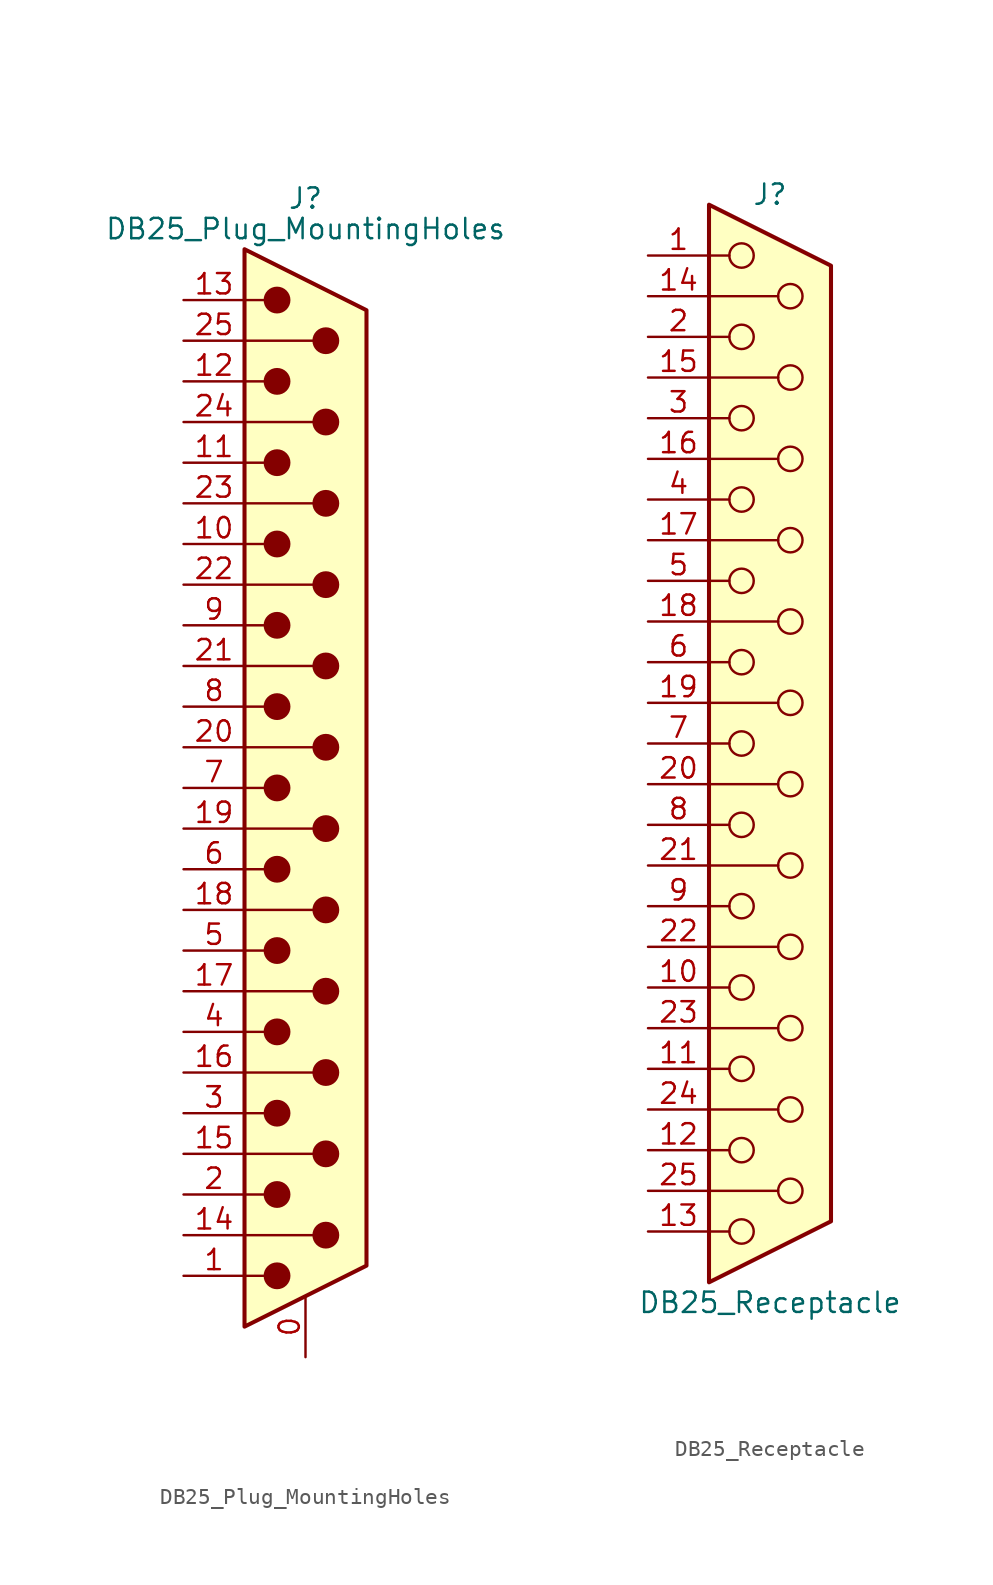
<source format=kicad_sym>
(kicad_symbol_lib
  (version 20241209)
  (generator "kicad_symbol_editor")
  (generator_version "9.0")
  (symbol "DB25_Plug_MountingHoles"
    (pin_names
      (offset 1.016)
      (hide yes))
    (property "Reference" "J"
      (at 0 36.83 0)
      (effects (font (size 1.27 1.27))))
    (property "Value" "DB25_Plug_MountingHoles"
      (at 0 34.925 0)
      (effects (font (size 1.27 1.27))))
    (symbol "DB25_Plug_MountingHoles_0_1"
      (polyline (pts (xy -3.81 30.48) (xy -2.54 30.48)) (stroke (width 0) (type default)) (fill (type none)))
      (polyline (pts (xy -3.81 27.94) (xy 0.508 27.94)) (stroke (width 0) (type default)) (fill (type none)))
      (polyline (pts (xy -3.81 25.4) (xy -2.54 25.4)) (stroke (width 0) (type default)) (fill (type none)))
      (polyline (pts (xy -3.81 22.86) (xy 0.508 22.86)) (stroke (width 0) (type default)) (fill (type none)))
      (polyline (pts (xy -3.81 20.32) (xy -2.54 20.32)) (stroke (width 0) (type default)) (fill (type none)))
      (polyline (pts (xy -3.81 17.78) (xy 0.508 17.78)) (stroke (width 0) (type default)) (fill (type none)))
      (polyline (pts (xy -3.81 15.24) (xy -2.54 15.24)) (stroke (width 0) (type default)) (fill (type none)))
      (polyline (pts (xy -3.81 12.7) (xy 0.508 12.7)) (stroke (width 0) (type default)) (fill (type none)))
      (polyline (pts (xy -3.81 10.16) (xy -2.54 10.16)) (stroke (width 0) (type default)) (fill (type none)))
      (polyline (pts (xy -3.81 7.62) (xy 0.508 7.62)) (stroke (width 0) (type default)) (fill (type none)))
      (polyline (pts (xy -3.81 5.08) (xy -2.54 5.08)) (stroke (width 0) (type default)) (fill (type none)))
      (polyline (pts (xy -3.81 2.54) (xy 0.508 2.54)) (stroke (width 0) (type default)) (fill (type none)))
      (polyline (pts (xy -3.81 0) (xy -2.54 0)) (stroke (width 0) (type default)) (fill (type none)))
      (polyline (pts (xy -3.81 -2.54) (xy 0.508 -2.54)) (stroke (width 0) (type default)) (fill (type none)))
      (polyline (pts (xy -3.81 -5.08) (xy -2.54 -5.08)) (stroke (width 0) (type default)) (fill (type none)))
      (polyline (pts (xy -3.81 -7.62) (xy 0.508 -7.62)) (stroke (width 0) (type default)) (fill (type none)))
      (polyline (pts (xy -3.81 -10.16) (xy -2.54 -10.16)) (stroke (width 0) (type default)) (fill (type none)))
      (polyline (pts (xy -3.81 -12.7) (xy 0.508 -12.7)) (stroke (width 0) (type default)) (fill (type none)))
      (polyline (pts (xy -3.81 -15.24) (xy -2.54 -15.24)) (stroke (width 0) (type default)) (fill (type none)))
      (polyline (pts (xy -3.81 -17.78) (xy 0.508 -17.78)) (stroke (width 0) (type default)) (fill (type none)))
      (polyline (pts (xy -3.81 -20.32) (xy -2.54 -20.32)) (stroke (width 0) (type default)) (fill (type none)))
      (polyline (pts (xy -3.81 -22.86) (xy 0.508 -22.86)) (stroke (width 0) (type default)) (fill (type none)))
      (polyline (pts (xy -3.81 -25.4) (xy -2.54 -25.4)) (stroke (width 0) (type default)) (fill (type none)))
      (polyline (pts (xy -3.81 -27.94) (xy 0.508 -27.94)) (stroke (width 0) (type default)) (fill (type none)))
      (polyline (pts (xy -3.81 -30.48) (xy -2.54 -30.48)) (stroke (width 0) (type default)) (fill (type none)))
      (polyline (pts (xy -3.81 -33.655) (xy 3.81 -29.845) (xy 3.81 29.845) (xy -3.81 33.655) (xy -3.81 -33.655)) (stroke (width 0.254) (type default)) (fill (type background)))
      (circle (center -1.778 30.48) (radius 0.762) (stroke (width 0) (type default)) (fill (type outline)))
      (circle (center -1.778 25.4) (radius 0.762) (stroke (width 0) (type default)) (fill (type outline)))
      (circle (center -1.778 20.32) (radius 0.762) (stroke (width 0) (type default)) (fill (type outline)))
      (circle (center -1.778 15.24) (radius 0.762) (stroke (width 0) (type default)) (fill (type outline)))
      (circle (center -1.778 10.16) (radius 0.762) (stroke (width 0) (type default)) (fill (type outline)))
      (circle (center -1.778 5.08) (radius 0.762) (stroke (width 0) (type default)) (fill (type outline)))
      (circle (center -1.778 0) (radius 0.762) (stroke (width 0) (type default)) (fill (type outline)))
      (circle (center -1.778 -5.08) (radius 0.762) (stroke (width 0) (type default)) (fill (type outline)))
      (circle (center -1.778 -10.16) (radius 0.762) (stroke (width 0) (type default)) (fill (type outline)))
      (circle (center -1.778 -15.24) (radius 0.762) (stroke (width 0) (type default)) (fill (type outline)))
      (circle (center -1.778 -20.32) (radius 0.762) (stroke (width 0) (type default)) (fill (type outline)))
      (circle (center -1.778 -25.4) (radius 0.762) (stroke (width 0) (type default)) (fill (type outline)))
      (circle (center -1.778 -30.48) (radius 0.762) (stroke (width 0) (type default)) (fill (type outline)))
      (circle (center 1.27 27.94) (radius 0.762) (stroke (width 0) (type default)) (fill (type outline)))
      (circle (center 1.27 22.86) (radius 0.762) (stroke (width 0) (type default)) (fill (type outline)))
      (circle (center 1.27 17.78) (radius 0.762) (stroke (width 0) (type default)) (fill (type outline)))
      (circle (center 1.27 12.7) (radius 0.762) (stroke (width 0) (type default)) (fill (type outline)))
      (circle (center 1.27 7.62) (radius 0.762) (stroke (width 0) (type default)) (fill (type outline)))
      (circle (center 1.27 2.54) (radius 0.762) (stroke (width 0) (type default)) (fill (type outline)))
      (circle (center 1.27 -2.54) (radius 0.762) (stroke (width 0) (type default)) (fill (type outline)))
      (circle (center 1.27 -7.62) (radius 0.762) (stroke (width 0) (type default)) (fill (type outline)))
      (circle (center 1.27 -12.7) (radius 0.762) (stroke (width 0) (type default)) (fill (type outline)))
      (circle (center 1.27 -17.78) (radius 0.762) (stroke (width 0) (type default)) (fill (type outline)))
      (circle (center 1.27 -22.86) (radius 0.762) (stroke (width 0) (type default)) (fill (type outline)))
      (circle (center 1.27 -27.94) (radius 0.762) (stroke (width 0) (type default)) (fill (type outline))))
    (symbol "DB25_Plug_MountingHoles_1_1"
      (pin passive line (at -7.62 30.48 0) (length 3.81) (name "13" (effects (font (size 1.27 1.27)))) (number "13" (effects (font (size 1.27 1.27)))))
      (pin passive line (at -7.62 27.94 0) (length 3.81) (name "P25" (effects (font (size 1.27 1.27)))) (number "25" (effects (font (size 1.27 1.27)))))
      (pin passive line (at -7.62 25.4 0) (length 3.81) (name "12" (effects (font (size 1.27 1.27)))) (number "12" (effects (font (size 1.27 1.27)))))
      (pin passive line (at -7.62 22.86 0) (length 3.81) (name "P24" (effects (font (size 1.27 1.27)))) (number "24" (effects (font (size 1.27 1.27)))))
      (pin passive line (at -7.62 20.32 0) (length 3.81) (name "11" (effects (font (size 1.27 1.27)))) (number "11" (effects (font (size 1.27 1.27)))))
      (pin passive line (at -7.62 17.78 0) (length 3.81) (name "P23" (effects (font (size 1.27 1.27)))) (number "23" (effects (font (size 1.27 1.27)))))
      (pin passive line (at -7.62 15.24 0) (length 3.81) (name "10" (effects (font (size 1.27 1.27)))) (number "10" (effects (font (size 1.27 1.27)))))
      (pin passive line (at -7.62 12.7 0) (length 3.81) (name "P22" (effects (font (size 1.27 1.27)))) (number "22" (effects (font (size 1.27 1.27)))))
      (pin passive line (at -7.62 10.16 0) (length 3.81) (name "9" (effects (font (size 1.27 1.27)))) (number "9" (effects (font (size 1.27 1.27)))))
      (pin passive line (at -7.62 7.62 0) (length 3.81) (name "P21" (effects (font (size 1.27 1.27)))) (number "21" (effects (font (size 1.27 1.27)))))
      (pin passive line (at -7.62 5.08 0) (length 3.81) (name "8" (effects (font (size 1.27 1.27)))) (number "8" (effects (font (size 1.27 1.27)))))
      (pin passive line (at -7.62 2.54 0) (length 3.81) (name "P20" (effects (font (size 1.27 1.27)))) (number "20" (effects (font (size 1.27 1.27)))))
      (pin passive line (at -7.62 0 0) (length 3.81) (name "7" (effects (font (size 1.27 1.27)))) (number "7" (effects (font (size 1.27 1.27)))))
      (pin passive line (at -7.62 -2.54 0) (length 3.81) (name "P19" (effects (font (size 1.27 1.27)))) (number "19" (effects (font (size 1.27 1.27)))))
      (pin passive line (at -7.62 -5.08 0) (length 3.81) (name "6" (effects (font (size 1.27 1.27)))) (number "6" (effects (font (size 1.27 1.27)))))
      (pin passive line (at -7.62 -7.62 0) (length 3.81) (name "P18" (effects (font (size 1.27 1.27)))) (number "18" (effects (font (size 1.27 1.27)))))
      (pin passive line (at -7.62 -10.16 0) (length 3.81) (name "5" (effects (font (size 1.27 1.27)))) (number "5" (effects (font (size 1.27 1.27)))))
      (pin passive line (at -7.62 -12.7 0) (length 3.81) (name "P17" (effects (font (size 1.27 1.27)))) (number "17" (effects (font (size 1.27 1.27)))))
      (pin passive line (at -7.62 -15.24 0) (length 3.81) (name "4" (effects (font (size 1.27 1.27)))) (number "4" (effects (font (size 1.27 1.27)))))
      (pin passive line (at -7.62 -17.78 0) (length 3.81) (name "P16" (effects (font (size 1.27 1.27)))) (number "16" (effects (font (size 1.27 1.27)))))
      (pin passive line (at -7.62 -20.32 0) (length 3.81) (name "3" (effects (font (size 1.27 1.27)))) (number "3" (effects (font (size 1.27 1.27)))))
      (pin passive line (at -7.62 -22.86 0) (length 3.81) (name "P15" (effects (font (size 1.27 1.27)))) (number "15" (effects (font (size 1.27 1.27)))))
      (pin passive line (at -7.62 -25.4 0) (length 3.81) (name "2" (effects (font (size 1.27 1.27)))) (number "2" (effects (font (size 1.27 1.27)))))
      (pin passive line (at -7.62 -27.94 0) (length 3.81) (name "P14" (effects (font (size 1.27 1.27)))) (number "14" (effects (font (size 1.27 1.27)))))
      (pin passive line (at -7.62 -30.48 0) (length 3.81) (name "1" (effects (font (size 1.27 1.27)))) (number "1" (effects (font (size 1.27 1.27)))))
      (pin passive line (at 0 -35.56 90) (length 3.81) (name "PAD" (effects (font (size 1.27 1.27)))) (number "0" (effects (font (size 1.27 1.27)))))))
  (symbol "DB25_Receptacle"
    (pin_names
      (offset 1.016)
      (hide yes))
    (property "Reference" "J"
      (at 0 34.29 0)
      (effects (font (size 1.27 1.27))))
    (property "Value" "DB25_Receptacle"
      (at 0 -34.925 0)
      (effects (font (size 1.27 1.27))))
    (symbol "DB25_Receptacle_0_1"
      (polyline (pts (xy -3.81 33.655) (xy 3.81 29.845) (xy 3.81 -29.845) (xy -3.81 -33.655) (xy -3.81 33.655)) (stroke (width 0.254) (type default)) (fill (type background)))
      (polyline (pts (xy -3.81 30.48) (xy -2.54 30.48)) (stroke (width 0) (type default)) (fill (type none)))
      (polyline (pts (xy -3.81 27.94) (xy 0.508 27.94)) (stroke (width 0) (type default)) (fill (type none)))
      (polyline (pts (xy -3.81 25.4) (xy -2.54 25.4)) (stroke (width 0) (type default)) (fill (type none)))
      (polyline (pts (xy -3.81 22.86) (xy 0.508 22.86)) (stroke (width 0) (type default)) (fill (type none)))
      (polyline (pts (xy -3.81 20.32) (xy -2.54 20.32)) (stroke (width 0) (type default)) (fill (type none)))
      (polyline (pts (xy -3.81 17.78) (xy 0.508 17.78)) (stroke (width 0) (type default)) (fill (type none)))
      (polyline (pts (xy -3.81 15.24) (xy -2.54 15.24)) (stroke (width 0) (type default)) (fill (type none)))
      (polyline (pts (xy -3.81 12.7) (xy 0.508 12.7)) (stroke (width 0) (type default)) (fill (type none)))
      (polyline (pts (xy -3.81 10.16) (xy -2.54 10.16)) (stroke (width 0) (type default)) (fill (type none)))
      (polyline (pts (xy -3.81 7.62) (xy 0.508 7.62)) (stroke (width 0) (type default)) (fill (type none)))
      (polyline (pts (xy -3.81 5.08) (xy -2.54 5.08)) (stroke (width 0) (type default)) (fill (type none)))
      (polyline (pts (xy -3.81 2.54) (xy 0.508 2.54)) (stroke (width 0) (type default)) (fill (type none)))
      (polyline (pts (xy -3.81 0) (xy -2.54 0)) (stroke (width 0) (type default)) (fill (type none)))
      (polyline (pts (xy -3.81 -2.54) (xy 0.508 -2.54)) (stroke (width 0) (type default)) (fill (type none)))
      (polyline (pts (xy -3.81 -5.08) (xy -2.54 -5.08)) (stroke (width 0) (type default)) (fill (type none)))
      (polyline (pts (xy -3.81 -7.62) (xy 0.508 -7.62)) (stroke (width 0) (type default)) (fill (type none)))
      (polyline (pts (xy -3.81 -10.16) (xy -2.54 -10.16)) (stroke (width 0) (type default)) (fill (type none)))
      (polyline (pts (xy -3.81 -12.7) (xy 0.508 -12.7)) (stroke (width 0) (type default)) (fill (type none)))
      (polyline (pts (xy -3.81 -15.24) (xy -2.54 -15.24)) (stroke (width 0) (type default)) (fill (type none)))
      (polyline (pts (xy -3.81 -17.78) (xy 0.508 -17.78)) (stroke (width 0) (type default)) (fill (type none)))
      (polyline (pts (xy -3.81 -20.32) (xy -2.54 -20.32)) (stroke (width 0) (type default)) (fill (type none)))
      (polyline (pts (xy -3.81 -22.86) (xy 0.508 -22.86)) (stroke (width 0) (type default)) (fill (type none)))
      (polyline (pts (xy -3.81 -25.4) (xy -2.54 -25.4)) (stroke (width 0) (type default)) (fill (type none)))
      (polyline (pts (xy -3.81 -27.94) (xy 0.508 -27.94)) (stroke (width 0) (type default)) (fill (type none)))
      (polyline (pts (xy -3.81 -30.48) (xy -2.54 -30.48)) (stroke (width 0) (type default)) (fill (type none)))
      (circle (center -1.778 30.48) (radius 0.762) (stroke (width 0) (type default)) (fill (type none)))
      (circle (center -1.778 25.4) (radius 0.762) (stroke (width 0) (type default)) (fill (type none)))
      (circle (center -1.778 20.32) (radius 0.762) (stroke (width 0) (type default)) (fill (type none)))
      (circle (center -1.778 15.24) (radius 0.762) (stroke (width 0) (type default)) (fill (type none)))
      (circle (center -1.778 10.16) (radius 0.762) (stroke (width 0) (type default)) (fill (type none)))
      (circle (center -1.778 5.08) (radius 0.762) (stroke (width 0) (type default)) (fill (type none)))
      (circle (center -1.778 0) (radius 0.762) (stroke (width 0) (type default)) (fill (type none)))
      (circle (center -1.778 -5.08) (radius 0.762) (stroke (width 0) (type default)) (fill (type none)))
      (circle (center -1.778 -10.16) (radius 0.762) (stroke (width 0) (type default)) (fill (type none)))
      (circle (center -1.778 -15.24) (radius 0.762) (stroke (width 0) (type default)) (fill (type none)))
      (circle (center -1.778 -20.32) (radius 0.762) (stroke (width 0) (type default)) (fill (type none)))
      (circle (center -1.778 -25.4) (radius 0.762) (stroke (width 0) (type default)) (fill (type none)))
      (circle (center -1.778 -30.48) (radius 0.762) (stroke (width 0) (type default)) (fill (type none)))
      (circle (center 1.27 27.94) (radius 0.762) (stroke (width 0) (type default)) (fill (type none)))
      (circle (center 1.27 22.86) (radius 0.762) (stroke (width 0) (type default)) (fill (type none)))
      (circle (center 1.27 17.78) (radius 0.762) (stroke (width 0) (type default)) (fill (type none)))
      (circle (center 1.27 12.7) (radius 0.762) (stroke (width 0) (type default)) (fill (type none)))
      (circle (center 1.27 7.62) (radius 0.762) (stroke (width 0) (type default)) (fill (type none)))
      (circle (center 1.27 2.54) (radius 0.762) (stroke (width 0) (type default)) (fill (type none)))
      (circle (center 1.27 -2.54) (radius 0.762) (stroke (width 0) (type default)) (fill (type none)))
      (circle (center 1.27 -7.62) (radius 0.762) (stroke (width 0) (type default)) (fill (type none)))
      (circle (center 1.27 -12.7) (radius 0.762) (stroke (width 0) (type default)) (fill (type none)))
      (circle (center 1.27 -17.78) (radius 0.762) (stroke (width 0) (type default)) (fill (type none)))
      (circle (center 1.27 -22.86) (radius 0.762) (stroke (width 0) (type default)) (fill (type none)))
      (circle (center 1.27 -27.94) (radius 0.762) (stroke (width 0) (type default)) (fill (type none))))
    (symbol "DB25_Receptacle_1_1"
      (pin passive line (at -7.62 30.48 0) (length 3.81) (name "1" (effects (font (size 1.27 1.27)))) (number "1" (effects (font (size 1.27 1.27)))))
      (pin passive line (at -7.62 27.94 0) (length 3.81) (name "P14" (effects (font (size 1.27 1.27)))) (number "14" (effects (font (size 1.27 1.27)))))
      (pin passive line (at -7.62 25.4 0) (length 3.81) (name "2" (effects (font (size 1.27 1.27)))) (number "2" (effects (font (size 1.27 1.27)))))
      (pin passive line (at -7.62 22.86 0) (length 3.81) (name "P15" (effects (font (size 1.27 1.27)))) (number "15" (effects (font (size 1.27 1.27)))))
      (pin passive line (at -7.62 20.32 0) (length 3.81) (name "3" (effects (font (size 1.27 1.27)))) (number "3" (effects (font (size 1.27 1.27)))))
      (pin passive line (at -7.62 17.78 0) (length 3.81) (name "P16" (effects (font (size 1.27 1.27)))) (number "16" (effects (font (size 1.27 1.27)))))
      (pin passive line (at -7.62 15.24 0) (length 3.81) (name "4" (effects (font (size 1.27 1.27)))) (number "4" (effects (font (size 1.27 1.27)))))
      (pin passive line (at -7.62 12.7 0) (length 3.81) (name "P17" (effects (font (size 1.27 1.27)))) (number "17" (effects (font (size 1.27 1.27)))))
      (pin passive line (at -7.62 10.16 0) (length 3.81) (name "5" (effects (font (size 1.27 1.27)))) (number "5" (effects (font (size 1.27 1.27)))))
      (pin passive line (at -7.62 7.62 0) (length 3.81) (name "P18" (effects (font (size 1.27 1.27)))) (number "18" (effects (font (size 1.27 1.27)))))
      (pin passive line (at -7.62 5.08 0) (length 3.81) (name "6" (effects (font (size 1.27 1.27)))) (number "6" (effects (font (size 1.27 1.27)))))
      (pin passive line (at -7.62 2.54 0) (length 3.81) (name "P19" (effects (font (size 1.27 1.27)))) (number "19" (effects (font (size 1.27 1.27)))))
      (pin passive line (at -7.62 0 0) (length 3.81) (name "7" (effects (font (size 1.27 1.27)))) (number "7" (effects (font (size 1.27 1.27)))))
      (pin passive line (at -7.62 -2.54 0) (length 3.81) (name "P20" (effects (font (size 1.27 1.27)))) (number "20" (effects (font (size 1.27 1.27)))))
      (pin passive line (at -7.62 -5.08 0) (length 3.81) (name "8" (effects (font (size 1.27 1.27)))) (number "8" (effects (font (size 1.27 1.27)))))
      (pin passive line (at -7.62 -7.62 0) (length 3.81) (name "P21" (effects (font (size 1.27 1.27)))) (number "21" (effects (font (size 1.27 1.27)))))
      (pin passive line (at -7.62 -10.16 0) (length 3.81) (name "9" (effects (font (size 1.27 1.27)))) (number "9" (effects (font (size 1.27 1.27)))))
      (pin passive line (at -7.62 -12.7 0) (length 3.81) (name "P22" (effects (font (size 1.27 1.27)))) (number "22" (effects (font (size 1.27 1.27)))))
      (pin passive line (at -7.62 -15.24 0) (length 3.81) (name "10" (effects (font (size 1.27 1.27)))) (number "10" (effects (font (size 1.27 1.27)))))
      (pin passive line (at -7.62 -17.78 0) (length 3.81) (name "P23" (effects (font (size 1.27 1.27)))) (number "23" (effects (font (size 1.27 1.27)))))
      (pin passive line (at -7.62 -20.32 0) (length 3.81) (name "11" (effects (font (size 1.27 1.27)))) (number "11" (effects (font (size 1.27 1.27)))))
      (pin passive line (at -7.62 -22.86 0) (length 3.81) (name "P24" (effects (font (size 1.27 1.27)))) (number "24" (effects (font (size 1.27 1.27)))))
      (pin passive line (at -7.62 -25.4 0) (length 3.81) (name "12" (effects (font (size 1.27 1.27)))) (number "12" (effects (font (size 1.27 1.27)))))
      (pin passive line (at -7.62 -27.94 0) (length 3.81) (name "P25" (effects (font (size 1.27 1.27)))) (number "25" (effects (font (size 1.27 1.27)))))
      (pin passive line (at -7.62 -30.48 0) (length 3.81) (name "13" (effects (font (size 1.27 1.27)))) (number "13" (effects (font (size 1.27 1.27))))))))
</source>
